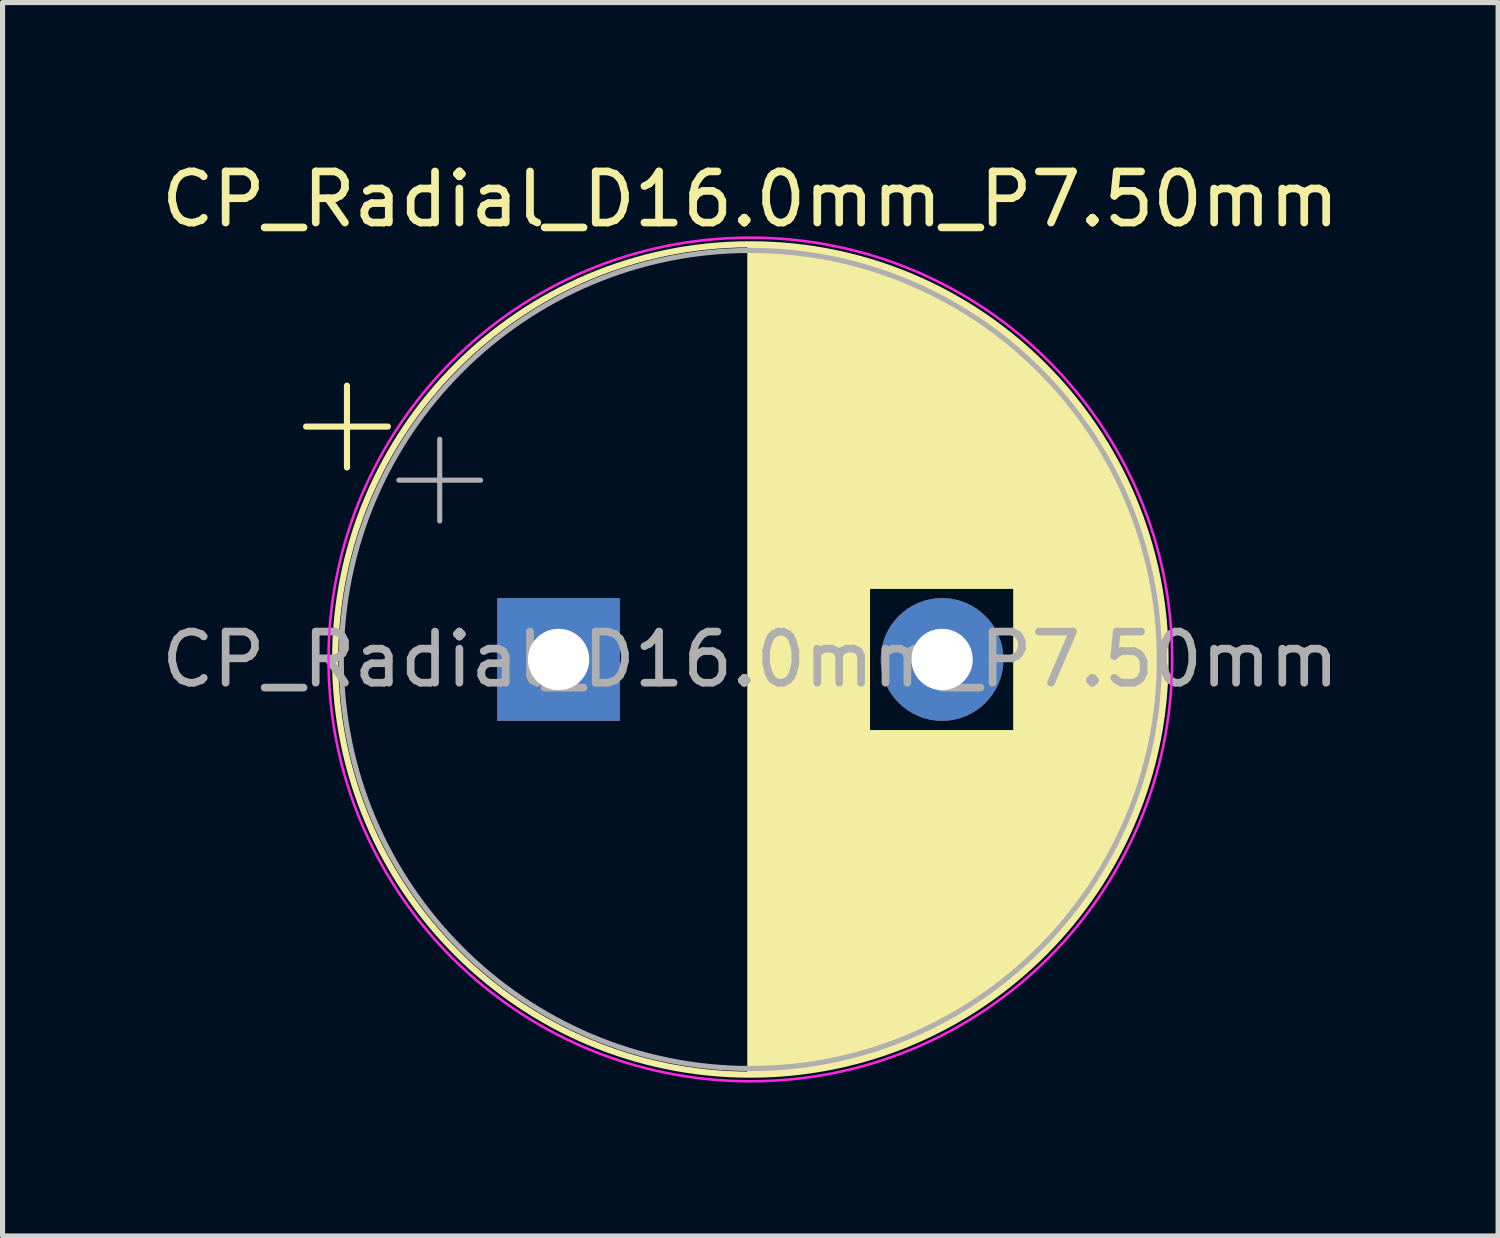
<source format=kicad_pcb>
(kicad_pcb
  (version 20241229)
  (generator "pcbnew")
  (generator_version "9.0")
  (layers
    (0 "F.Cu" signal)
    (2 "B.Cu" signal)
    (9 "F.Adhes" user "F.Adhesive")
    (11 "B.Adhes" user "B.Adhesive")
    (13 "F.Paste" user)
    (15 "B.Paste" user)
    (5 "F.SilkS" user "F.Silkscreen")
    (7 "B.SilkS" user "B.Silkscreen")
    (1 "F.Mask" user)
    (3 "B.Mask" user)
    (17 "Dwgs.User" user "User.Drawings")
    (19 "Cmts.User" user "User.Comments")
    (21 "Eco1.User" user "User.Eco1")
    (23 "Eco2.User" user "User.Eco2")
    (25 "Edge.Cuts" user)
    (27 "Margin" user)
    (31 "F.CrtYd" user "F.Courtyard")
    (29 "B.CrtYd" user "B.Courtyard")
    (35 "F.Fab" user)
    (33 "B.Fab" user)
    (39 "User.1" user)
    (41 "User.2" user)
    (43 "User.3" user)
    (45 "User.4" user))
  (footprint "CP_Radial_D16.0mm_P7.50mm"
    (layer "F.Cu")
    (at 7.875 9.848)
    (property "Reference" "CP_Radial_D16.0mm_P7.50mm" (at 3.75 -9 180) (layer "F.SilkS") (effects (font (size 1 1) (thickness 0.15))))
    (attr through_hole)
    (fp_line (start -4.939 -4.555) (end -3.339 -4.555) (stroke (width 0.12) (type solid)) (layer "F.SilkS"))
    (fp_line (start -4.139 -5.355) (end -4.139 -3.755) (stroke (width 0.12) (type solid)) (layer "F.SilkS"))
    (fp_line (start 3.75 -8.081) (end 3.75 8.081) (stroke (width 0.12) (type solid)) (layer "F.SilkS"))
    (fp_line (start 3.79 -8.08) (end 3.79 8.08) (stroke (width 0.12) (type solid)) (layer "F.SilkS"))
    (fp_line (start 3.83 -8.08) (end 3.83 8.08) (stroke (width 0.12) (type solid)) (layer "F.SilkS"))
    (fp_line (start 3.87 -8.08) (end 3.87 8.08) (stroke (width 0.12) (type solid)) (layer "F.SilkS"))
    (fp_line (start 3.91 -8.079) (end 3.91 8.079) (stroke (width 0.12) (type solid)) (layer "F.SilkS"))
    (fp_line (start 3.95 -8.078) (end 3.95 8.078) (stroke (width 0.12) (type solid)) (layer "F.SilkS"))
    (fp_line (start 3.99 -8.077) (end 3.99 8.077) (stroke (width 0.12) (type solid)) (layer "F.SilkS"))
    (fp_line (start 4.03 -8.076) (end 4.03 8.076) (stroke (width 0.12) (type solid)) (layer "F.SilkS"))
    (fp_line (start 4.07 -8.074) (end 4.07 8.074) (stroke (width 0.12) (type solid)) (layer "F.SilkS"))
    (fp_line (start 4.11 -8.073) (end 4.11 8.073) (stroke (width 0.12) (type solid)) (layer "F.SilkS"))
    (fp_line (start 4.15 -8.071) (end 4.15 8.071) (stroke (width 0.12) (type solid)) (layer "F.SilkS"))
    (fp_line (start 4.19 -8.069) (end 4.19 8.069) (stroke (width 0.12) (type solid)) (layer "F.SilkS"))
    (fp_line (start 4.23 -8.066) (end 4.23 8.066) (stroke (width 0.12) (type solid)) (layer "F.SilkS"))
    (fp_line (start 4.27 -8.064) (end 4.27 8.064) (stroke (width 0.12) (type solid)) (layer "F.SilkS"))
    (fp_line (start 4.31 -8.061) (end 4.31 8.061) (stroke (width 0.12) (type solid)) (layer "F.SilkS"))
    (fp_line (start 4.35 -8.058) (end 4.35 8.058) (stroke (width 0.12) (type solid)) (layer "F.SilkS"))
    (fp_line (start 4.39 -8.055) (end 4.39 8.055) (stroke (width 0.12) (type solid)) (layer "F.SilkS"))
    (fp_line (start 4.43 -8.052) (end 4.43 8.052) (stroke (width 0.12) (type solid)) (layer "F.SilkS"))
    (fp_line (start 4.471 -8.049) (end 4.471 8.049) (stroke (width 0.12) (type solid)) (layer "F.SilkS"))
    (fp_line (start 4.511 -8.045) (end 4.511 8.045) (stroke (width 0.12) (type solid)) (layer "F.SilkS"))
    (fp_line (start 4.551 -8.041) (end 4.551 8.041) (stroke (width 0.12) (type solid)) (layer "F.SilkS"))
    (fp_line (start 4.591 -8.037) (end 4.591 8.037) (stroke (width 0.12) (type solid)) (layer "F.SilkS"))
    (fp_line (start 4.631 -8.033) (end 4.631 8.033) (stroke (width 0.12) (type solid)) (layer "F.SilkS"))
    (fp_line (start 4.671 -8.028) (end 4.671 8.028) (stroke (width 0.12) (type solid)) (layer "F.SilkS"))
    (fp_line (start 4.711 -8.024) (end 4.711 8.024) (stroke (width 0.12) (type solid)) (layer "F.SilkS"))
    (fp_line (start 4.751 -8.019) (end 4.751 8.019) (stroke (width 0.12) (type solid)) (layer "F.SilkS"))
    (fp_line (start 4.791 -8.014) (end 4.791 8.014) (stroke (width 0.12) (type solid)) (layer "F.SilkS"))
    (fp_line (start 4.831 -8.008) (end 4.831 8.008) (stroke (width 0.12) (type solid)) (layer "F.SilkS"))
    (fp_line (start 4.871 -8.003) (end 4.871 8.003) (stroke (width 0.12) (type solid)) (layer "F.SilkS"))
    (fp_line (start 4.911 -7.997) (end 4.911 7.997) (stroke (width 0.12) (type solid)) (layer "F.SilkS"))
    (fp_line (start 4.951 -7.991) (end 4.951 7.991) (stroke (width 0.12) (type solid)) (layer "F.SilkS"))
    (fp_line (start 4.991 -7.985) (end 4.991 7.985) (stroke (width 0.12) (type solid)) (layer "F.SilkS"))
    (fp_line (start 5.031 -7.979) (end 5.031 7.979) (stroke (width 0.12) (type solid)) (layer "F.SilkS"))
    (fp_line (start 5.071 -7.972) (end 5.071 7.972) (stroke (width 0.12) (type solid)) (layer "F.SilkS"))
    (fp_line (start 5.111 -7.966) (end 5.111 7.966) (stroke (width 0.12) (type solid)) (layer "F.SilkS"))
    (fp_line (start 5.151 -7.959) (end 5.151 7.959) (stroke (width 0.12) (type solid)) (layer "F.SilkS"))
    (fp_line (start 5.191 -7.952) (end 5.191 7.952) (stroke (width 0.12) (type solid)) (layer "F.SilkS"))
    (fp_line (start 5.231 -7.944) (end 5.231 7.944) (stroke (width 0.12) (type solid)) (layer "F.SilkS"))
    (fp_line (start 5.271 -7.937) (end 5.271 7.937) (stroke (width 0.12) (type solid)) (layer "F.SilkS"))
    (fp_line (start 5.311 -7.929) (end 5.311 7.929) (stroke (width 0.12) (type solid)) (layer "F.SilkS"))
    (fp_line (start 5.351 -7.921) (end 5.351 7.921) (stroke (width 0.12) (type solid)) (layer "F.SilkS"))
    (fp_line (start 5.391 -7.913) (end 5.391 7.913) (stroke (width 0.12) (type solid)) (layer "F.SilkS"))
    (fp_line (start 5.431 -7.905) (end 5.431 7.905) (stroke (width 0.12) (type solid)) (layer "F.SilkS"))
    (fp_line (start 5.471 -7.896) (end 5.471 7.896) (stroke (width 0.12) (type solid)) (layer "F.SilkS"))
    (fp_line (start 5.511 -7.887) (end 5.511 7.887) (stroke (width 0.12) (type solid)) (layer "F.SilkS"))
    (fp_line (start 5.551 -7.878) (end 5.551 7.878) (stroke (width 0.12) (type solid)) (layer "F.SilkS"))
    (fp_line (start 5.591 -7.869) (end 5.591 7.869) (stroke (width 0.12) (type solid)) (layer "F.SilkS"))
    (fp_line (start 5.631 -7.86) (end 5.631 7.86) (stroke (width 0.12) (type solid)) (layer "F.SilkS"))
    (fp_line (start 5.671 -7.85) (end 5.671 7.85) (stroke (width 0.12) (type solid)) (layer "F.SilkS"))
    (fp_line (start 5.711 -7.84) (end 5.711 7.84) (stroke (width 0.12) (type solid)) (layer "F.SilkS"))
    (fp_line (start 5.751 -7.83) (end 5.751 7.83) (stroke (width 0.12) (type solid)) (layer "F.SilkS"))
    (fp_line (start 5.791 -7.82) (end 5.791 7.82) (stroke (width 0.12) (type solid)) (layer "F.SilkS"))
    (fp_line (start 5.831 -7.81) (end 5.831 7.81) (stroke (width 0.12) (type solid)) (layer "F.SilkS"))
    (fp_line (start 5.871 -7.799) (end 5.871 7.799) (stroke (width 0.12) (type solid)) (layer "F.SilkS"))
    (fp_line (start 5.911 -7.788) (end 5.911 7.788) (stroke (width 0.12) (type solid)) (layer "F.SilkS"))
    (fp_line (start 5.951 -7.777) (end 5.951 7.777) (stroke (width 0.12) (type solid)) (layer "F.SilkS"))
    (fp_line (start 5.991 -7.765) (end 5.991 7.765) (stroke (width 0.12) (type solid)) (layer "F.SilkS"))
    (fp_line (start 6.031 -7.754) (end 6.031 7.754) (stroke (width 0.12) (type solid)) (layer "F.SilkS"))
    (fp_line (start 6.071 -7.742) (end 6.071 -1.44) (stroke (width 0.12) (type solid)) (layer "F.SilkS"))
    (fp_line (start 6.071 1.44) (end 6.071 7.742) (stroke (width 0.12) (type solid)) (layer "F.SilkS"))
    (fp_line (start 6.111 -7.73) (end 6.111 -1.44) (stroke (width 0.12) (type solid)) (layer "F.SilkS"))
    (fp_line (start 6.111 1.44) (end 6.111 7.73) (stroke (width 0.12) (type solid)) (layer "F.SilkS"))
    (fp_line (start 6.151 -7.718) (end 6.151 -1.44) (stroke (width 0.12) (type solid)) (layer "F.SilkS"))
    (fp_line (start 6.151 1.44) (end 6.151 7.718) (stroke (width 0.12) (type solid)) (layer "F.SilkS"))
    (fp_line (start 6.191 -7.705) (end 6.191 -1.44) (stroke (width 0.12) (type solid)) (layer "F.SilkS"))
    (fp_line (start 6.191 1.44) (end 6.191 7.705) (stroke (width 0.12) (type solid)) (layer "F.SilkS"))
    (fp_line (start 6.231 -7.693) (end 6.231 -1.44) (stroke (width 0.12) (type solid)) (layer "F.SilkS"))
    (fp_line (start 6.231 1.44) (end 6.231 7.693) (stroke (width 0.12) (type solid)) (layer "F.SilkS"))
    (fp_line (start 6.271 -7.68) (end 6.271 -1.44) (stroke (width 0.12) (type solid)) (layer "F.SilkS"))
    (fp_line (start 6.271 1.44) (end 6.271 7.68) (stroke (width 0.12) (type solid)) (layer "F.SilkS"))
    (fp_line (start 6.311 -7.666) (end 6.311 -1.44) (stroke (width 0.12) (type solid)) (layer "F.SilkS"))
    (fp_line (start 6.311 1.44) (end 6.311 7.666) (stroke (width 0.12) (type solid)) (layer "F.SilkS"))
    (fp_line (start 6.351 -7.653) (end 6.351 -1.44) (stroke (width 0.12) (type solid)) (layer "F.SilkS"))
    (fp_line (start 6.351 1.44) (end 6.351 7.653) (stroke (width 0.12) (type solid)) (layer "F.SilkS"))
    (fp_line (start 6.391 -7.639) (end 6.391 -1.44) (stroke (width 0.12) (type solid)) (layer "F.SilkS"))
    (fp_line (start 6.391 1.44) (end 6.391 7.639) (stroke (width 0.12) (type solid)) (layer "F.SilkS"))
    (fp_line (start 6.431 -7.625) (end 6.431 -1.44) (stroke (width 0.12) (type solid)) (layer "F.SilkS"))
    (fp_line (start 6.431 1.44) (end 6.431 7.625) (stroke (width 0.12) (type solid)) (layer "F.SilkS"))
    (fp_line (start 6.471 -7.611) (end 6.471 -1.44) (stroke (width 0.12) (type solid)) (layer "F.SilkS"))
    (fp_line (start 6.471 1.44) (end 6.471 7.611) (stroke (width 0.12) (type solid)) (layer "F.SilkS"))
    (fp_line (start 6.511 -7.597) (end 6.511 -1.44) (stroke (width 0.12) (type solid)) (layer "F.SilkS"))
    (fp_line (start 6.511 1.44) (end 6.511 7.597) (stroke (width 0.12) (type solid)) (layer "F.SilkS"))
    (fp_line (start 6.551 -7.582) (end 6.551 -1.44) (stroke (width 0.12) (type solid)) (layer "F.SilkS"))
    (fp_line (start 6.551 1.44) (end 6.551 7.582) (stroke (width 0.12) (type solid)) (layer "F.SilkS"))
    (fp_line (start 6.591 -7.568) (end 6.591 -1.44) (stroke (width 0.12) (type solid)) (layer "F.SilkS"))
    (fp_line (start 6.591 1.44) (end 6.591 7.568) (stroke (width 0.12) (type solid)) (layer "F.SilkS"))
    (fp_line (start 6.631 -7.553) (end 6.631 -1.44) (stroke (width 0.12) (type solid)) (layer "F.SilkS"))
    (fp_line (start 6.631 1.44) (end 6.631 7.553) (stroke (width 0.12) (type solid)) (layer "F.SilkS"))
    (fp_line (start 6.671 -7.537) (end 6.671 -1.44) (stroke (width 0.12) (type solid)) (layer "F.SilkS"))
    (fp_line (start 6.671 1.44) (end 6.671 7.537) (stroke (width 0.12) (type solid)) (layer "F.SilkS"))
    (fp_line (start 6.711 -7.522) (end 6.711 -1.44) (stroke (width 0.12) (type solid)) (layer "F.SilkS"))
    (fp_line (start 6.711 1.44) (end 6.711 7.522) (stroke (width 0.12) (type solid)) (layer "F.SilkS"))
    (fp_line (start 6.751 -7.506) (end 6.751 -1.44) (stroke (width 0.12) (type solid)) (layer "F.SilkS"))
    (fp_line (start 6.751 1.44) (end 6.751 7.506) (stroke (width 0.12) (type solid)) (layer "F.SilkS"))
    (fp_line (start 6.791 -7.49) (end 6.791 -1.44) (stroke (width 0.12) (type solid)) (layer "F.SilkS"))
    (fp_line (start 6.791 1.44) (end 6.791 7.49) (stroke (width 0.12) (type solid)) (layer "F.SilkS"))
    (fp_line (start 6.831 -7.474) (end 6.831 -1.44) (stroke (width 0.12) (type solid)) (layer "F.SilkS"))
    (fp_line (start 6.831 1.44) (end 6.831 7.474) (stroke (width 0.12) (type solid)) (layer "F.SilkS"))
    (fp_line (start 6.871 -7.457) (end 6.871 -1.44) (stroke (width 0.12) (type solid)) (layer "F.SilkS"))
    (fp_line (start 6.871 1.44) (end 6.871 7.457) (stroke (width 0.12) (type solid)) (layer "F.SilkS"))
    (fp_line (start 6.911 -7.44) (end 6.911 -1.44) (stroke (width 0.12) (type solid)) (layer "F.SilkS"))
    (fp_line (start 6.911 1.44) (end 6.911 7.44) (stroke (width 0.12) (type solid)) (layer "F.SilkS"))
    (fp_line (start 6.951 -7.423) (end 6.951 -1.44) (stroke (width 0.12) (type solid)) (layer "F.SilkS"))
    (fp_line (start 6.951 1.44) (end 6.951 7.423) (stroke (width 0.12) (type solid)) (layer "F.SilkS"))
    (fp_line (start 6.991 -7.406) (end 6.991 -1.44) (stroke (width 0.12) (type solid)) (layer "F.SilkS"))
    (fp_line (start 6.991 1.44) (end 6.991 7.406) (stroke (width 0.12) (type solid)) (layer "F.SilkS"))
    (fp_line (start 7.031 -7.389) (end 7.031 -1.44) (stroke (width 0.12) (type solid)) (layer "F.SilkS"))
    (fp_line (start 7.031 1.44) (end 7.031 7.389) (stroke (width 0.12) (type solid)) (layer "F.SilkS"))
    (fp_line (start 7.071 -7.371) (end 7.071 -1.44) (stroke (width 0.12) (type solid)) (layer "F.SilkS"))
    (fp_line (start 7.071 1.44) (end 7.071 7.371) (stroke (width 0.12) (type solid)) (layer "F.SilkS"))
    (fp_line (start 7.111 -7.353) (end 7.111 -1.44) (stroke (width 0.12) (type solid)) (layer "F.SilkS"))
    (fp_line (start 7.111 1.44) (end 7.111 7.353) (stroke (width 0.12) (type solid)) (layer "F.SilkS"))
    (fp_line (start 7.151 -7.334) (end 7.151 -1.44) (stroke (width 0.12) (type solid)) (layer "F.SilkS"))
    (fp_line (start 7.151 1.44) (end 7.151 7.334) (stroke (width 0.12) (type solid)) (layer "F.SilkS"))
    (fp_line (start 7.191 -7.316) (end 7.191 -1.44) (stroke (width 0.12) (type solid)) (layer "F.SilkS"))
    (fp_line (start 7.191 1.44) (end 7.191 7.316) (stroke (width 0.12) (type solid)) (layer "F.SilkS"))
    (fp_line (start 7.231 -7.297) (end 7.231 -1.44) (stroke (width 0.12) (type solid)) (layer "F.SilkS"))
    (fp_line (start 7.231 1.44) (end 7.231 7.297) (stroke (width 0.12) (type solid)) (layer "F.SilkS"))
    (fp_line (start 7.271 -7.278) (end 7.271 -1.44) (stroke (width 0.12) (type solid)) (layer "F.SilkS"))
    (fp_line (start 7.271 1.44) (end 7.271 7.278) (stroke (width 0.12) (type solid)) (layer "F.SilkS"))
    (fp_line (start 7.311 -7.258) (end 7.311 -1.44) (stroke (width 0.12) (type solid)) (layer "F.SilkS"))
    (fp_line (start 7.311 1.44) (end 7.311 7.258) (stroke (width 0.12) (type solid)) (layer "F.SilkS"))
    (fp_line (start 7.351 -7.239) (end 7.351 -1.44) (stroke (width 0.12) (type solid)) (layer "F.SilkS"))
    (fp_line (start 7.351 1.44) (end 7.351 7.239) (stroke (width 0.12) (type solid)) (layer "F.SilkS"))
    (fp_line (start 7.391 -7.219) (end 7.391 -1.44) (stroke (width 0.12) (type solid)) (layer "F.SilkS"))
    (fp_line (start 7.391 1.44) (end 7.391 7.219) (stroke (width 0.12) (type solid)) (layer "F.SilkS"))
    (fp_line (start 7.431 -7.199) (end 7.431 -1.44) (stroke (width 0.12) (type solid)) (layer "F.SilkS"))
    (fp_line (start 7.431 1.44) (end 7.431 7.199) (stroke (width 0.12) (type solid)) (layer "F.SilkS"))
    (fp_line (start 7.471 -7.178) (end 7.471 -1.44) (stroke (width 0.12) (type solid)) (layer "F.SilkS"))
    (fp_line (start 7.471 1.44) (end 7.471 7.178) (stroke (width 0.12) (type solid)) (layer "F.SilkS"))
    (fp_line (start 7.511 -7.157) (end 7.511 -1.44) (stroke (width 0.12) (type solid)) (layer "F.SilkS"))
    (fp_line (start 7.511 1.44) (end 7.511 7.157) (stroke (width 0.12) (type solid)) (layer "F.SilkS"))
    (fp_line (start 7.551 -7.136) (end 7.551 -1.44) (stroke (width 0.12) (type solid)) (layer "F.SilkS"))
    (fp_line (start 7.551 1.44) (end 7.551 7.136) (stroke (width 0.12) (type solid)) (layer "F.SilkS"))
    (fp_line (start 7.591 -7.115) (end 7.591 -1.44) (stroke (width 0.12) (type solid)) (layer "F.SilkS"))
    (fp_line (start 7.591 1.44) (end 7.591 7.115) (stroke (width 0.12) (type solid)) (layer "F.SilkS"))
    (fp_line (start 7.631 -7.094) (end 7.631 -1.44) (stroke (width 0.12) (type solid)) (layer "F.SilkS"))
    (fp_line (start 7.631 1.44) (end 7.631 7.094) (stroke (width 0.12) (type solid)) (layer "F.SilkS"))
    (fp_line (start 7.671 -7.072) (end 7.671 -1.44) (stroke (width 0.12) (type solid)) (layer "F.SilkS"))
    (fp_line (start 7.671 1.44) (end 7.671 7.072) (stroke (width 0.12) (type solid)) (layer "F.SilkS"))
    (fp_line (start 7.711 -7.049) (end 7.711 -1.44) (stroke (width 0.12) (type solid)) (layer "F.SilkS"))
    (fp_line (start 7.711 1.44) (end 7.711 7.049) (stroke (width 0.12) (type solid)) (layer "F.SilkS"))
    (fp_line (start 7.751 -7.027) (end 7.751 -1.44) (stroke (width 0.12) (type solid)) (layer "F.SilkS"))
    (fp_line (start 7.751 1.44) (end 7.751 7.027) (stroke (width 0.12) (type solid)) (layer "F.SilkS"))
    (fp_line (start 7.791 -7.004) (end 7.791 -1.44) (stroke (width 0.12) (type solid)) (layer "F.SilkS"))
    (fp_line (start 7.791 1.44) (end 7.791 7.004) (stroke (width 0.12) (type solid)) (layer "F.SilkS"))
    (fp_line (start 7.831 -6.981) (end 7.831 -1.44) (stroke (width 0.12) (type solid)) (layer "F.SilkS"))
    (fp_line (start 7.831 1.44) (end 7.831 6.981) (stroke (width 0.12) (type solid)) (layer "F.SilkS"))
    (fp_line (start 7.871 -6.958) (end 7.871 -1.44) (stroke (width 0.12) (type solid)) (layer "F.SilkS"))
    (fp_line (start 7.871 1.44) (end 7.871 6.958) (stroke (width 0.12) (type solid)) (layer "F.SilkS"))
    (fp_line (start 7.911 -6.934) (end 7.911 -1.44) (stroke (width 0.12) (type solid)) (layer "F.SilkS"))
    (fp_line (start 7.911 1.44) (end 7.911 6.934) (stroke (width 0.12) (type solid)) (layer "F.SilkS"))
    (fp_line (start 7.951 -6.91) (end 7.951 -1.44) (stroke (width 0.12) (type solid)) (layer "F.SilkS"))
    (fp_line (start 7.951 1.44) (end 7.951 6.91) (stroke (width 0.12) (type solid)) (layer "F.SilkS"))
    (fp_line (start 7.991 -6.886) (end 7.991 -1.44) (stroke (width 0.12) (type solid)) (layer "F.SilkS"))
    (fp_line (start 7.991 1.44) (end 7.991 6.886) (stroke (width 0.12) (type solid)) (layer "F.SilkS"))
    (fp_line (start 8.031 -6.861) (end 8.031 -1.44) (stroke (width 0.12) (type solid)) (layer "F.SilkS"))
    (fp_line (start 8.031 1.44) (end 8.031 6.861) (stroke (width 0.12) (type solid)) (layer "F.SilkS"))
    (fp_line (start 8.071 -6.836) (end 8.071 -1.44) (stroke (width 0.12) (type solid)) (layer "F.SilkS"))
    (fp_line (start 8.071 1.44) (end 8.071 6.836) (stroke (width 0.12) (type solid)) (layer "F.SilkS"))
    (fp_line (start 8.111 -6.811) (end 8.111 -1.44) (stroke (width 0.12) (type solid)) (layer "F.SilkS"))
    (fp_line (start 8.111 1.44) (end 8.111 6.811) (stroke (width 0.12) (type solid)) (layer "F.SilkS"))
    (fp_line (start 8.151 -6.785) (end 8.151 -1.44) (stroke (width 0.12) (type solid)) (layer "F.SilkS"))
    (fp_line (start 8.151 1.44) (end 8.151 6.785) (stroke (width 0.12) (type solid)) (layer "F.SilkS"))
    (fp_line (start 8.191 -6.759) (end 8.191 -1.44) (stroke (width 0.12) (type solid)) (layer "F.SilkS"))
    (fp_line (start 8.191 1.44) (end 8.191 6.759) (stroke (width 0.12) (type solid)) (layer "F.SilkS"))
    (fp_line (start 8.231 -6.733) (end 8.231 -1.44) (stroke (width 0.12) (type solid)) (layer "F.SilkS"))
    (fp_line (start 8.231 1.44) (end 8.231 6.733) (stroke (width 0.12) (type solid)) (layer "F.SilkS"))
    (fp_line (start 8.271 -6.706) (end 8.271 -1.44) (stroke (width 0.12) (type solid)) (layer "F.SilkS"))
    (fp_line (start 8.271 1.44) (end 8.271 6.706) (stroke (width 0.12) (type solid)) (layer "F.SilkS"))
    (fp_line (start 8.311 -6.679) (end 8.311 -1.44) (stroke (width 0.12) (type solid)) (layer "F.SilkS"))
    (fp_line (start 8.311 1.44) (end 8.311 6.679) (stroke (width 0.12) (type solid)) (layer "F.SilkS"))
    (fp_line (start 8.351 -6.652) (end 8.351 -1.44) (stroke (width 0.12) (type solid)) (layer "F.SilkS"))
    (fp_line (start 8.351 1.44) (end 8.351 6.652) (stroke (width 0.12) (type solid)) (layer "F.SilkS"))
    (fp_line (start 8.391 -6.624) (end 8.391 -1.44) (stroke (width 0.12) (type solid)) (layer "F.SilkS"))
    (fp_line (start 8.391 1.44) (end 8.391 6.624) (stroke (width 0.12) (type solid)) (layer "F.SilkS"))
    (fp_line (start 8.431 -6.596) (end 8.431 -1.44) (stroke (width 0.12) (type solid)) (layer "F.SilkS"))
    (fp_line (start 8.431 1.44) (end 8.431 6.596) (stroke (width 0.12) (type solid)) (layer "F.SilkS"))
    (fp_line (start 8.471 -6.568) (end 8.471 -1.44) (stroke (width 0.12) (type solid)) (layer "F.SilkS"))
    (fp_line (start 8.471 1.44) (end 8.471 6.568) (stroke (width 0.12) (type solid)) (layer "F.SilkS"))
    (fp_line (start 8.511 -6.539) (end 8.511 -1.44) (stroke (width 0.12) (type solid)) (layer "F.SilkS"))
    (fp_line (start 8.511 1.44) (end 8.511 6.539) (stroke (width 0.12) (type solid)) (layer "F.SilkS"))
    (fp_line (start 8.551 -6.51) (end 8.551 -1.44) (stroke (width 0.12) (type solid)) (layer "F.SilkS"))
    (fp_line (start 8.551 1.44) (end 8.551 6.51) (stroke (width 0.12) (type solid)) (layer "F.SilkS"))
    (fp_line (start 8.591 -6.48) (end 8.591 -1.44) (stroke (width 0.12) (type solid)) (layer "F.SilkS"))
    (fp_line (start 8.591 1.44) (end 8.591 6.48) (stroke (width 0.12) (type solid)) (layer "F.SilkS"))
    (fp_line (start 8.631 -6.45) (end 8.631 -1.44) (stroke (width 0.12) (type solid)) (layer "F.SilkS"))
    (fp_line (start 8.631 1.44) (end 8.631 6.45) (stroke (width 0.12) (type solid)) (layer "F.SilkS"))
    (fp_line (start 8.671 -6.42) (end 8.671 -1.44) (stroke (width 0.12) (type solid)) (layer "F.SilkS"))
    (fp_line (start 8.671 1.44) (end 8.671 6.42) (stroke (width 0.12) (type solid)) (layer "F.SilkS"))
    (fp_line (start 8.711 -6.39) (end 8.711 -1.44) (stroke (width 0.12) (type solid)) (layer "F.SilkS"))
    (fp_line (start 8.711 1.44) (end 8.711 6.39) (stroke (width 0.12) (type solid)) (layer "F.SilkS"))
    (fp_line (start 8.751 -6.358) (end 8.751 -1.44) (stroke (width 0.12) (type solid)) (layer "F.SilkS"))
    (fp_line (start 8.751 1.44) (end 8.751 6.358) (stroke (width 0.12) (type solid)) (layer "F.SilkS"))
    (fp_line (start 8.791 -6.327) (end 8.791 -1.44) (stroke (width 0.12) (type solid)) (layer "F.SilkS"))
    (fp_line (start 8.791 1.44) (end 8.791 6.327) (stroke (width 0.12) (type solid)) (layer "F.SilkS"))
    (fp_line (start 8.831 -6.295) (end 8.831 -1.44) (stroke (width 0.12) (type solid)) (layer "F.SilkS"))
    (fp_line (start 8.831 1.44) (end 8.831 6.295) (stroke (width 0.12) (type solid)) (layer "F.SilkS"))
    (fp_line (start 8.871 -6.263) (end 8.871 -1.44) (stroke (width 0.12) (type solid)) (layer "F.SilkS"))
    (fp_line (start 8.871 1.44) (end 8.871 6.263) (stroke (width 0.12) (type solid)) (layer "F.SilkS"))
    (fp_line (start 8.911 -6.23) (end 8.911 -1.44) (stroke (width 0.12) (type solid)) (layer "F.SilkS"))
    (fp_line (start 8.911 1.44) (end 8.911 6.23) (stroke (width 0.12) (type solid)) (layer "F.SilkS"))
    (fp_line (start 8.951 -6.197) (end 8.951 6.197) (stroke (width 0.12) (type solid)) (layer "F.SilkS"))
    (fp_line (start 8.991 -6.163) (end 8.991 6.163) (stroke (width 0.12) (type solid)) (layer "F.SilkS"))
    (fp_line (start 9.031 -6.129) (end 9.031 6.129) (stroke (width 0.12) (type solid)) (layer "F.SilkS"))
    (fp_line (start 9.071 -6.095) (end 9.071 6.095) (stroke (width 0.12) (type solid)) (layer "F.SilkS"))
    (fp_line (start 9.111 -6.06) (end 9.111 6.06) (stroke (width 0.12) (type solid)) (layer "F.SilkS"))
    (fp_line (start 9.151 -6.025) (end 9.151 6.025) (stroke (width 0.12) (type solid)) (layer "F.SilkS"))
    (fp_line (start 9.191 -5.989) (end 9.191 5.989) (stroke (width 0.12) (type solid)) (layer "F.SilkS"))
    (fp_line (start 9.231 -5.952) (end 9.231 5.952) (stroke (width 0.12) (type solid)) (layer "F.SilkS"))
    (fp_line (start 9.271 -5.916) (end 9.271 5.916) (stroke (width 0.12) (type solid)) (layer "F.SilkS"))
    (fp_line (start 9.311 -5.878) (end 9.311 5.878) (stroke (width 0.12) (type solid)) (layer "F.SilkS"))
    (fp_line (start 9.351 -5.84) (end 9.351 5.84) (stroke (width 0.12) (type solid)) (layer "F.SilkS"))
    (fp_line (start 9.391 -5.802) (end 9.391 5.802) (stroke (width 0.12) (type solid)) (layer "F.SilkS"))
    (fp_line (start 9.431 -5.763) (end 9.431 5.763) (stroke (width 0.12) (type solid)) (layer "F.SilkS"))
    (fp_line (start 9.471 -5.724) (end 9.471 5.724) (stroke (width 0.12) (type solid)) (layer "F.SilkS"))
    (fp_line (start 9.511 -5.684) (end 9.511 5.684) (stroke (width 0.12) (type solid)) (layer "F.SilkS"))
    (fp_line (start 9.551 -5.643) (end 9.551 5.643) (stroke (width 0.12) (type solid)) (layer "F.SilkS"))
    (fp_line (start 9.591 -5.602) (end 9.591 5.602) (stroke (width 0.12) (type solid)) (layer "F.SilkS"))
    (fp_line (start 9.631 -5.56) (end 9.631 5.56) (stroke (width 0.12) (type solid)) (layer "F.SilkS"))
    (fp_line (start 9.671 -5.518) (end 9.671 5.518) (stroke (width 0.12) (type solid)) (layer "F.SilkS"))
    (fp_line (start 9.711 -5.475) (end 9.711 5.475) (stroke (width 0.12) (type solid)) (layer "F.SilkS"))
    (fp_line (start 9.751 -5.432) (end 9.751 5.432) (stroke (width 0.12) (type solid)) (layer "F.SilkS"))
    (fp_line (start 9.791 -5.388) (end 9.791 5.388) (stroke (width 0.12) (type solid)) (layer "F.SilkS"))
    (fp_line (start 9.831 -5.343) (end 9.831 5.343) (stroke (width 0.12) (type solid)) (layer "F.SilkS"))
    (fp_line (start 9.871 -5.297) (end 9.871 5.297) (stroke (width 0.12) (type solid)) (layer "F.SilkS"))
    (fp_line (start 9.911 -5.251) (end 9.911 5.251) (stroke (width 0.12) (type solid)) (layer "F.SilkS"))
    (fp_line (start 9.951 -5.204) (end 9.951 5.204) (stroke (width 0.12) (type solid)) (layer "F.SilkS"))
    (fp_line (start 9.991 -5.156) (end 9.991 5.156) (stroke (width 0.12) (type solid)) (layer "F.SilkS"))
    (fp_line (start 10.031 -5.108) (end 10.031 5.108) (stroke (width 0.12) (type solid)) (layer "F.SilkS"))
    (fp_line (start 10.071 -5.059) (end 10.071 5.059) (stroke (width 0.12) (type solid)) (layer "F.SilkS"))
    (fp_line (start 10.111 -5.009) (end 10.111 5.009) (stroke (width 0.12) (type solid)) (layer "F.SilkS"))
    (fp_line (start 10.151 -4.958) (end 10.151 4.958) (stroke (width 0.12) (type solid)) (layer "F.SilkS"))
    (fp_line (start 10.191 -4.906) (end 10.191 4.906) (stroke (width 0.12) (type solid)) (layer "F.SilkS"))
    (fp_line (start 10.231 -4.854) (end 10.231 4.854) (stroke (width 0.12) (type solid)) (layer "F.SilkS"))
    (fp_line (start 10.271 -4.8) (end 10.271 4.8) (stroke (width 0.12) (type solid)) (layer "F.SilkS"))
    (fp_line (start 10.311 -4.746) (end 10.311 4.746) (stroke (width 0.12) (type solid)) (layer "F.SilkS"))
    (fp_line (start 10.351 -4.691) (end 10.351 4.691) (stroke (width 0.12) (type solid)) (layer "F.SilkS"))
    (fp_line (start 10.391 -4.634) (end 10.391 4.634) (stroke (width 0.12) (type solid)) (layer "F.SilkS"))
    (fp_line (start 10.431 -4.577) (end 10.431 4.577) (stroke (width 0.12) (type solid)) (layer "F.SilkS"))
    (fp_line (start 10.471 -4.519) (end 10.471 4.519) (stroke (width 0.12) (type solid)) (layer "F.SilkS"))
    (fp_line (start 10.511 -4.459) (end 10.511 4.459) (stroke (width 0.12) (type solid)) (layer "F.SilkS"))
    (fp_line (start 10.551 -4.398) (end 10.551 4.398) (stroke (width 0.12) (type solid)) (layer "F.SilkS"))
    (fp_line (start 10.591 -4.336) (end 10.591 4.336) (stroke (width 0.12) (type solid)) (layer "F.SilkS"))
    (fp_line (start 10.631 -4.273) (end 10.631 4.273) (stroke (width 0.12) (type solid)) (layer "F.SilkS"))
    (fp_line (start 10.671 -4.209) (end 10.671 4.209) (stroke (width 0.12) (type solid)) (layer "F.SilkS"))
    (fp_line (start 10.711 -4.143) (end 10.711 4.143) (stroke (width 0.12) (type solid)) (layer "F.SilkS"))
    (fp_line (start 10.751 -4.076) (end 10.751 4.076) (stroke (width 0.12) (type solid)) (layer "F.SilkS"))
    (fp_line (start 10.791 -4.007) (end 10.791 4.007) (stroke (width 0.12) (type solid)) (layer "F.SilkS"))
    (fp_line (start 10.831 -3.936) (end 10.831 3.936) (stroke (width 0.12) (type solid)) (layer "F.SilkS"))
    (fp_line (start 10.871 -3.864) (end 10.871 3.864) (stroke (width 0.12) (type solid)) (layer "F.SilkS"))
    (fp_line (start 10.911 -3.79) (end 10.911 3.79) (stroke (width 0.12) (type solid)) (layer "F.SilkS"))
    (fp_line (start 10.951 -3.715) (end 10.951 3.715) (stroke (width 0.12) (type solid)) (layer "F.SilkS"))
    (fp_line (start 10.991 -3.637) (end 10.991 3.637) (stroke (width 0.12) (type solid)) (layer "F.SilkS"))
    (fp_line (start 11.031 -3.557) (end 11.031 3.557) (stroke (width 0.12) (type solid)) (layer "F.SilkS"))
    (fp_line (start 11.071 -3.475) (end 11.071 3.475) (stroke (width 0.12) (type solid)) (layer "F.SilkS"))
    (fp_line (start 11.111 -3.39) (end 11.111 3.39) (stroke (width 0.12) (type solid)) (layer "F.SilkS"))
    (fp_line (start 11.151 -3.303) (end 11.151 3.303) (stroke (width 0.12) (type solid)) (layer "F.SilkS"))
    (fp_line (start 11.191 -3.213) (end 11.191 3.213) (stroke (width 0.12) (type solid)) (layer "F.SilkS"))
    (fp_line (start 11.231 -3.12) (end 11.231 3.12) (stroke (width 0.12) (type solid)) (layer "F.SilkS"))
    (fp_line (start 11.271 -3.024) (end 11.271 3.024) (stroke (width 0.12) (type solid)) (layer "F.SilkS"))
    (fp_line (start 11.311 -2.924) (end 11.311 2.924) (stroke (width 0.12) (type solid)) (layer "F.SilkS"))
    (fp_line (start 11.351 -2.82) (end 11.351 2.82) (stroke (width 0.12) (type solid)) (layer "F.SilkS"))
    (fp_line (start 11.391 -2.711) (end 11.391 2.711) (stroke (width 0.12) (type solid)) (layer "F.SilkS"))
    (fp_line (start 11.431 -2.597) (end 11.431 2.597) (stroke (width 0.12) (type solid)) (layer "F.SilkS"))
    (fp_line (start 11.471 -2.478) (end 11.471 2.478) (stroke (width 0.12) (type solid)) (layer "F.SilkS"))
    (fp_line (start 11.511 -2.351) (end 11.511 2.351) (stroke (width 0.12) (type solid)) (layer "F.SilkS"))
    (fp_line (start 11.551 -2.218) (end 11.551 2.218) (stroke (width 0.12) (type solid)) (layer "F.SilkS"))
    (fp_line (start 11.591 -2.074) (end 11.591 2.074) (stroke (width 0.12) (type solid)) (layer "F.SilkS"))
    (fp_line (start 11.631 -1.92) (end 11.631 1.92) (stroke (width 0.12) (type solid)) (layer "F.SilkS"))
    (fp_line (start 11.671 -1.752) (end 11.671 1.752) (stroke (width 0.12) (type solid)) (layer "F.SilkS"))
    (fp_line (start 11.711 -1.564) (end 11.711 1.564) (stroke (width 0.12) (type solid)) (layer "F.SilkS"))
    (fp_line (start 11.751 -1.351) (end 11.751 1.351) (stroke (width 0.12) (type solid)) (layer "F.SilkS"))
    (fp_line (start 11.791 -1.098) (end 11.791 1.098) (stroke (width 0.12) (type solid)) (layer "F.SilkS"))
    (fp_line (start 11.831 -0.765) (end 11.831 0.765) (stroke (width 0.12) (type solid)) (layer "F.SilkS"))
    (fp_circle (center 3.75 0) (end 11.87 0) (stroke (width 0.12) (type solid)) (fill no) (layer "F.SilkS"))
    (fp_circle (center 3.75 0) (end 12 0) (stroke (width 0.05) (type solid)) (fill no) (layer "F.CrtYd"))
    (fp_line (start -3.125 -3.507) (end -1.525 -3.507) (stroke (width 0.1) (type solid)) (layer "F.Fab"))
    (fp_line (start -2.325 -4.308) (end -2.325 -2.708) (stroke (width 0.1) (type solid)) (layer "F.Fab"))
    (fp_circle (center 3.75 0) (end 11.75 0) (stroke (width 0.1) (type solid)) (fill no) (layer "F.Fab"))
    (fp_text user "${REFERENCE}" (at 3.75 0 180) (layer "F.Fab") (effects (font (size 1 1) (thickness 0.15))))
    (pad "1" thru_hole rect (at 0 0) (size 2.4 2.4) (drill 1.2) (layers "*.Cu" "*.Mask"))
    (pad "2" thru_hole circle (at 7.5 0) (size 2.4 2.4) (drill 1.2) (layers "*.Cu" "*.Mask")))
  (gr_rect
    (start -3 -3)
    (end 26.25 21.123)
    (stroke (width 0.1) (type default))
    (fill no)
    (layer "Edge.Cuts")))
</source>
